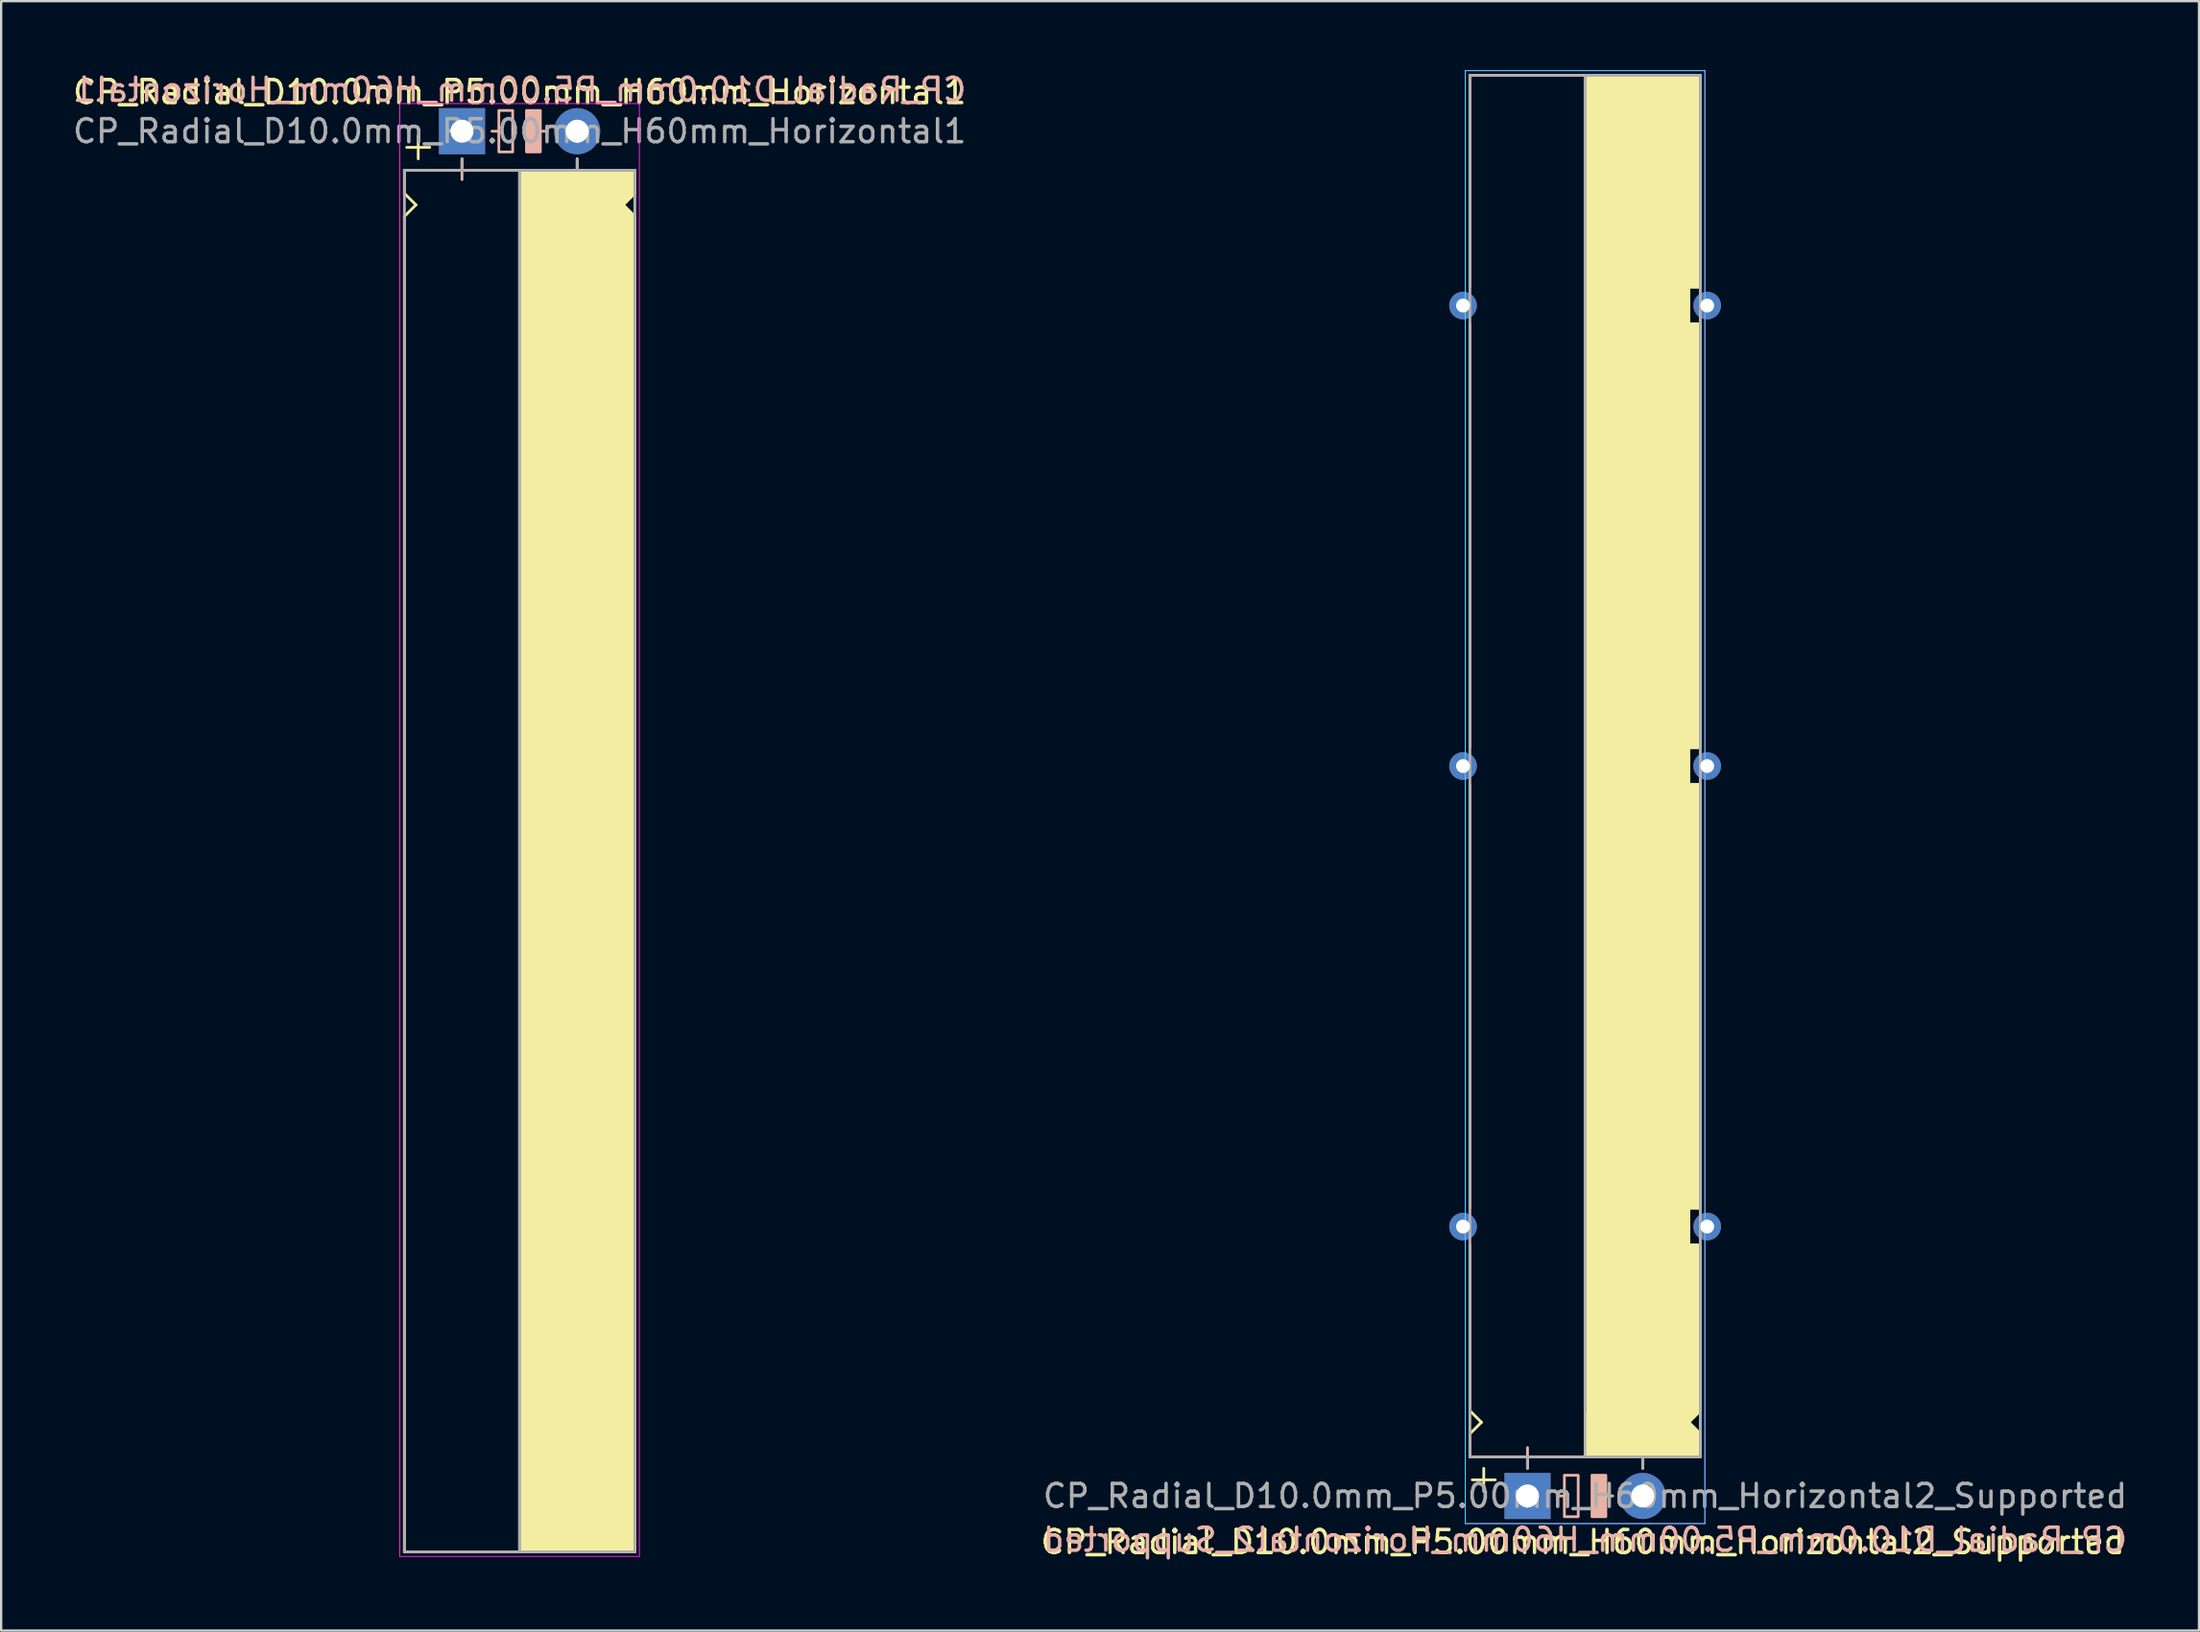
<source format=kicad_pcb>
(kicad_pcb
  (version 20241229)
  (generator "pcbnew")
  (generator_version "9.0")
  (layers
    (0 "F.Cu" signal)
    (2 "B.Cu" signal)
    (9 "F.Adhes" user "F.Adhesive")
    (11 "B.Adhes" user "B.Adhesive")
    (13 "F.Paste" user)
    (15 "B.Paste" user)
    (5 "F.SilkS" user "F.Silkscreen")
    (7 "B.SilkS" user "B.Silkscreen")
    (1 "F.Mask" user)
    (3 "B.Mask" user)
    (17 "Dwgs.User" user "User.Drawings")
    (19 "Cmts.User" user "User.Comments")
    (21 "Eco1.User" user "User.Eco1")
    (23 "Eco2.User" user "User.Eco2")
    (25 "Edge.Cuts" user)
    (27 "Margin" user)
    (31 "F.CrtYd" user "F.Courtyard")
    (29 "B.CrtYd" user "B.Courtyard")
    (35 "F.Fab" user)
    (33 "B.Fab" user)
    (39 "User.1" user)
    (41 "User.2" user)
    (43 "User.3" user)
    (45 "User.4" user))
  (footprint "CP_Radial_D10.0mm_P5.00mm_H60mm_Horizontal2_Supported"
    (layer "F.Cu")
    (at 63.261 61.92)
    (property "Reference" "CP_Radial_D10.0mm_P5.00mm_H60mm_Horizontal2_Supported" (at 2.4 2 0) (layer "F.SilkS") (effects (font (size 1 1) (thickness 0.15))))
    (fp_line (start -2.5 -61.7) (end 7.5 -61.7) (stroke (width 0.12) (type solid)) (layer "F.SilkS"))
    (fp_line (start -2.5 -52.5) (end -2.5 -61.7) (stroke (width 0.12) (type solid)) (layer "F.SilkS"))
    (fp_line (start -2.5 -50.9) (end -2.5 -32.5) (stroke (width 0.12) (type solid)) (layer "F.SilkS"))
    (fp_line (start -2.5 -12.5) (end -2.5 -30.9) (stroke (width 0.12) (type solid)) (layer "F.SilkS"))
    (fp_line (start -2.5 -3.8) (end -2.5 -10.9) (stroke (width 0.12) (type solid)) (layer "F.SilkS"))
    (fp_line (start -2.5 -2.7) (end -2 -3.2) (stroke (width 0.12) (type solid)) (layer "F.SilkS"))
    (fp_line (start -2.5 -1.7) (end -2.5 -2.7) (stroke (width 0.12) (type solid)) (layer "F.SilkS"))
    (fp_line (start -2 -3.2) (end -2.5 -3.7) (stroke (width 0.12) (type solid)) (layer "F.SilkS"))
    (fp_line (start -1.9 -1.2) (end -1.9 -0.2) (stroke (width 0.12) (type solid)) (layer "F.SilkS"))
    (fp_line (start -1.4 -0.7) (end -2.4 -0.7) (stroke (width 0.12) (type solid)) (layer "F.SilkS"))
    (fp_line (start 0 -1.7) (end 0 -1.2) (stroke (width 0.12) (type solid)) (layer "F.SilkS"))
    (fp_line (start 2.5 -61.7) (end 2.5 -1.7) (stroke (width 0.12) (type solid)) (layer "F.SilkS"))
    (fp_line (start 2.5 -1.7) (end -2.5 -1.7) (stroke (width 0.12) (type solid)) (layer "F.SilkS"))
    (fp_line (start 5 -1.7) (end 5 -1.2) (stroke (width 0.12) (type solid)) (layer "F.SilkS"))
    (fp_line (start 7 -52.5) (end 7.5 -52.5) (stroke (width 0.12) (type solid)) (layer "F.SilkS"))
    (fp_line (start 7 -50.9) (end 7 -52.5) (stroke (width 0.12) (type solid)) (layer "F.SilkS"))
    (fp_line (start 7 -32.5) (end 7.5 -32.5) (stroke (width 0.12) (type solid)) (layer "F.SilkS"))
    (fp_line (start 7 -30.9) (end 7 -32.5) (stroke (width 0.12) (type solid)) (layer "F.SilkS"))
    (fp_line (start 7 -12.5) (end 7.5 -12.5) (stroke (width 0.12) (type solid)) (layer "F.SilkS"))
    (fp_line (start 7 -10.9) (end 7 -12.5) (stroke (width 0.12) (type solid)) (layer "F.SilkS"))
    (fp_line (start 7 -3.2) (end 7.5 -3.7) (stroke (width 0.12) (type solid)) (layer "F.SilkS"))
    (fp_line (start 7.5 -52.5) (end 7.5 -61.7) (stroke (width 0.12) (type solid)) (layer "F.SilkS"))
    (fp_line (start 7.5 -50.9) (end 7 -50.9) (stroke (width 0.12) (type solid)) (layer "F.SilkS"))
    (fp_line (start 7.5 -50.9) (end 7.5 -32.5) (stroke (width 0.12) (type solid)) (layer "F.SilkS"))
    (fp_line (start 7.5 -30.9) (end 7 -30.9) (stroke (width 0.12) (type solid)) (layer "F.SilkS"))
    (fp_line (start 7.5 -12.5) (end 7.5 -30.9) (stroke (width 0.12) (type solid)) (layer "F.SilkS"))
    (fp_line (start 7.5 -10.9) (end 7 -10.9) (stroke (width 0.12) (type solid)) (layer "F.SilkS"))
    (fp_line (start 7.5 -3.7) (end 7.5 -10.9) (stroke (width 0.12) (type solid)) (layer "F.SilkS"))
    (fp_line (start 7.5 -2.7) (end 7 -3.2) (stroke (width 0.12) (type solid)) (layer "F.SilkS"))
    (fp_line (start 7.5 -1.7) (end 2.5 -1.7) (stroke (width 0.12) (type solid)) (layer "F.SilkS"))
    (fp_line (start 7.5 -1.7) (end 7.5 -2.7) (stroke (width 0.12) (type solid)) (layer "F.SilkS"))
    (fp_poly (pts (xy 7.5 -2.7) (xy 7 -3.2) (xy 7.5 -3.7) (xy 7.5 -10.9) (xy 7 -10.9) (xy 7 -12.5) (xy 7.5 -12.5) (xy 7.5 -30.9) (xy 7 -30.9) (xy 7 -32.5) (xy 7.5 -32.5) (xy 7.5 -50.9) (xy 7 -50.9) (xy 7 -52.5) (xy 7.5 -52.5) (xy 7.5 -61.7) (xy 2.5 -61.7) (xy 2.5 -1.7) (xy 7.5 -1.7)) (stroke (width 0.1) (type solid)) (fill yes) (layer "F.SilkS"))
    (fp_line (start 0 -2.1) (end 0 -1.3) (stroke (width 0.12) (type solid)) (layer "B.SilkS"))
    (fp_line (start 0.4 -1.7) (end -0.4 -1.7) (stroke (width 0.12) (type solid)) (layer "B.SilkS"))
    (fp_line (start 1.6 0) (end 1.3 0) (stroke (width 0.12) (type solid)) (layer "B.SilkS"))
    (fp_line (start 3.7 0) (end 3.4 0) (stroke (width 0.12) (type solid)) (layer "B.SilkS"))
    (fp_rect (start 2.2 -0.9) (end 1.6 0.9) (stroke (width 0.12) (type solid)) (fill no) (layer "B.SilkS"))
    (fp_rect (start 3.4 -0.9) (end 2.8 0.9) (stroke (width 0.12) (type solid)) (fill yes) (layer "B.SilkS"))
    (fp_line (start -2.7 -61.9) (end -2.7 1.2) (stroke (width 0.04) (type solid)) (layer "B.CrtYd"))
    (fp_line (start -2.7 1.2) (end 5.3 1.2) (stroke (width 0.04) (type solid)) (layer "B.CrtYd"))
    (fp_line (start 5.3 1.2) (end 7.7 1.2) (stroke (width 0.04) (type solid)) (layer "B.CrtYd"))
    (fp_line (start 7.7 -61.9) (end -2.7 -61.9) (stroke (width 0.04) (type solid)) (layer "B.CrtYd"))
    (fp_line (start 7.7 1.2) (end 7.7 -61.9) (stroke (width 0.04) (type solid)) (layer "B.CrtYd"))
    (fp_line (start -2.7 -61.9) (end -2.7 1.2) (stroke (width 0.04) (type solid)) (layer "F.CrtYd"))
    (fp_line (start -2.7 1.2) (end 5.3 1.2) (stroke (width 0.04) (type solid)) (layer "F.CrtYd"))
    (fp_line (start 5.3 1.2) (end 7.7 1.2) (stroke (width 0.04) (type solid)) (layer "F.CrtYd"))
    (fp_line (start 7.7 -61.9) (end -2.7 -61.9) (stroke (width 0.04) (type solid)) (layer "F.CrtYd"))
    (fp_line (start 7.7 1.2) (end 7.7 -61.9) (stroke (width 0.04) (type solid)) (layer "F.CrtYd"))
    (fp_line (start -2.5 -61.7) (end 7.5 -61.7) (stroke (width 0.12) (type solid)) (layer "F.Fab"))
    (fp_line (start -2.5 -1.7) (end -2.5 -61.7) (stroke (width 0.12) (type solid)) (layer "F.Fab"))
    (fp_line (start 0 -1.7) (end 0 -1.2) (stroke (width 0.12) (type solid)) (layer "F.Fab"))
    (fp_line (start 2.5 -3.7) (end 2.5 -61.7) (stroke (width 0.12) (type solid)) (layer "F.Fab"))
    (fp_line (start 5 -1.7) (end 5 -1.2) (stroke (width 0.12) (type solid)) (layer "F.Fab"))
    (fp_line (start 7.5 -61.7) (end 7.5 -1.7) (stroke (width 0.12) (type solid)) (layer "F.Fab"))
    (fp_line (start 7.5 -1.7) (end -2.5 -1.7) (stroke (width 0.12) (type solid)) (layer "F.Fab"))
    (fp_poly (pts (xy 7.5 -61.7) (xy 2.5 -61.7) (xy 2.5 -1.7) (xy 7.5 -1.7)) (stroke (width 0.1) (type solid)) (fill no) (layer "F.Fab"))
    (fp_text user "${REFERENCE}" (at 2.5 1.9 0) (layer "B.SilkS") (effects (font (size 1 1) (thickness 0.15)) (justify mirror)))
    (fp_text user "${REFERENCE}" (at 2.5 0 0) (layer "F.Fab") (effects (font (size 1 1) (thickness 0.15))))
    (pad "1" thru_hole rect (at 0 0) (size 2 2) (drill 1) (layers "*.Cu" "*.Mask"))
    (pad "2" thru_hole circle (at 5 0) (size 2 2) (drill 1) (layers "*.Cu" "*.Mask"))
    (pad "~" thru_hole circle (at -2.8 -51.7 180) (size 1.2 1.2) (drill 0.6) (layers "*.Cu" "*.Mask"))
    (pad "~" thru_hole circle (at -2.8 -31.7) (size 1.2 1.2) (drill 0.6) (layers "*.Cu" "*.Mask"))
    (pad "~" thru_hole circle (at -2.8 -11.7) (size 1.2 1.2) (drill 0.6) (layers "*.Cu" "*.Mask"))
    (pad "~" thru_hole circle (at 7.8 -51.7 180) (size 1.2 1.2) (drill 0.6) (layers "*.Cu" "*.Mask"))
    (pad "~" thru_hole circle (at 7.8 -31.7 180) (size 1.2 1.2) (drill 0.6) (layers "*.Cu" "*.Mask"))
    (pad "~" thru_hole circle (at 7.8 -11.7 180) (size 1.2 1.2) (drill 0.6) (layers "*.Cu" "*.Mask")))
  (footprint "CP_Radial_D10.0mm_P5.00mm_H60mm_Horizontal1"
    (layer "F.Cu")
    (at 17.006 2.648)
    (property "Reference" "CP_Radial_D10.0mm_P5.00mm_H60mm_Horizontal1" (at 2.5 -1.7 0) (layer "F.SilkS") (effects (font (size 1 1) (thickness 0.15))))
    (fp_line (start -2.5 1.7) (end -2.5 2.7) (stroke (width 0.12) (type solid)) (layer "F.SilkS"))
    (fp_line (start -2.5 2.7) (end -2 3.2) (stroke (width 0.12) (type solid)) (layer "F.SilkS"))
    (fp_line (start -2.5 3.7) (end -2.5 11.7) (stroke (width 0.12) (type solid)) (layer "F.SilkS"))
    (fp_line (start -2.5 11.7) (end -2.5 61.7) (stroke (width 0.12) (type solid)) (layer "F.SilkS"))
    (fp_line (start -2.5 61.7) (end 7.5 61.7) (stroke (width 0.12) (type solid)) (layer "F.SilkS"))
    (fp_line (start -2 3.2) (end -2.5 3.7) (stroke (width 0.12) (type solid)) (layer "F.SilkS"))
    (fp_line (start -1.9 0.2) (end -1.9 1.2) (stroke (width 0.12) (type solid)) (layer "F.SilkS"))
    (fp_line (start -1.4 0.7) (end -2.4 0.7) (stroke (width 0.12) (type solid)) (layer "F.SilkS"))
    (fp_line (start 0 1.7) (end 0 1.2) (stroke (width 0.12) (type solid)) (layer "F.SilkS"))
    (fp_line (start 2.5 1.7) (end -2.5 1.7) (stroke (width 0.12) (type solid)) (layer "F.SilkS"))
    (fp_line (start 2.5 61.7) (end 2.5 1.7) (stroke (width 0.12) (type solid)) (layer "F.SilkS"))
    (fp_line (start 5 1.7) (end 5 1.2) (stroke (width 0.12) (type solid)) (layer "F.SilkS"))
    (fp_line (start 7 3.2) (end 7.5 3.7) (stroke (width 0.12) (type solid)) (layer "F.SilkS"))
    (fp_line (start 7.5 1.7) (end 2.5 1.7) (stroke (width 0.12) (type solid)) (layer "F.SilkS"))
    (fp_line (start 7.5 1.7) (end 7.5 2.7) (stroke (width 0.12) (type solid)) (layer "F.SilkS"))
    (fp_line (start 7.5 2.7) (end 7 3.2) (stroke (width 0.12) (type solid)) (layer "F.SilkS"))
    (fp_line (start 7.5 3.7) (end 7.5 11.7) (stroke (width 0.12) (type solid)) (layer "F.SilkS"))
    (fp_line (start 7.5 11.7) (end 7.5 61.7) (stroke (width 0.12) (type solid)) (layer "F.SilkS"))
    (fp_poly (pts (xy 7.5 2.7) (xy 7 3.2) (xy 7.5 3.7) (xy 7.5 61.7) (xy 2.5 61.7) (xy 2.5 1.7) (xy 7.5 1.7)) (stroke (width 0.1) (type solid)) (fill yes) (layer "F.SilkS"))
    (fp_line (start 0 1.3) (end 0 2.1) (stroke (width 0.12) (type solid)) (layer "B.SilkS"))
    (fp_line (start 0.4 1.7) (end -0.4 1.7) (stroke (width 0.12) (type solid)) (layer "B.SilkS"))
    (fp_line (start 1.6 0) (end 1.3 0) (stroke (width 0.12) (type solid)) (layer "B.SilkS"))
    (fp_line (start 3.7 0) (end 3.4 0) (stroke (width 0.12) (type solid)) (layer "B.SilkS"))
    (fp_rect (start 2.2 -0.9) (end 1.6 0.9) (stroke (width 0.12) (type solid)) (fill no) (layer "B.SilkS"))
    (fp_rect (start 3.4 -0.9) (end 2.8 0.9) (stroke (width 0.12) (type solid)) (fill yes) (layer "B.SilkS"))
    (fp_line (start -2.7 -1.2) (end 5.3 -1.2) (stroke (width 0.04) (type solid)) (layer "F.CrtYd"))
    (fp_line (start -2.7 61.9) (end -2.7 -1.2) (stroke (width 0.04) (type solid)) (layer "F.CrtYd"))
    (fp_line (start 5.3 -1.2) (end 7.7 -1.2) (stroke (width 0.04) (type solid)) (layer "F.CrtYd"))
    (fp_line (start 7.7 -1.2) (end 7.7 61.9) (stroke (width 0.04) (type solid)) (layer "F.CrtYd"))
    (fp_line (start 7.7 61.9) (end -2.7 61.9) (stroke (width 0.04) (type solid)) (layer "F.CrtYd"))
    (fp_line (start -2.5 1.7) (end -2.5 61.7) (stroke (width 0.12) (type solid)) (layer "F.Fab"))
    (fp_line (start -2.5 61.7) (end 7.5 61.7) (stroke (width 0.12) (type solid)) (layer "F.Fab"))
    (fp_line (start 0 1.7) (end 0 1.2) (stroke (width 0.12) (type solid)) (layer "F.Fab"))
    (fp_line (start 2.5 1.7) (end 2.5 61.7) (stroke (width 0.12) (type solid)) (layer "F.Fab"))
    (fp_line (start 5 1.7) (end 5 1.2) (stroke (width 0.12) (type solid)) (layer "F.Fab"))
    (fp_line (start 7.5 1.7) (end -2.5 1.7) (stroke (width 0.12) (type solid)) (layer "F.Fab"))
    (fp_line (start 7.5 61.7) (end 7.5 1.7) (stroke (width 0.12) (type solid)) (layer "F.Fab"))
    (fp_poly (pts (xy 7.5 61.7) (xy 2.5 61.7) (xy 2.5 1.7) (xy 7.5 1.7)) (stroke (width 0.1) (type solid)) (fill no) (layer "F.Fab"))
    (fp_text user "${REFERENCE}" (at 2.5 -1.8 0) (layer "B.SilkS") (effects (font (size 1 1) (thickness 0.15)) (justify mirror)))
    (fp_text user "${REFERENCE}" (at 2.5 0 0) (layer "F.Fab") (effects (font (size 1 1) (thickness 0.15))))
    (pad "1" thru_hole rect (at 0 0) (size 2 2) (drill 1) (layers "*.Cu" "*.Mask"))
    (pad "2" thru_hole circle (at 5 0) (size 2 2) (drill 1) (layers "*.Cu" "*.Mask")))
  (gr_rect
    (start -3 -3)
    (end 92.41 67.768)
    (stroke (width 0.1) (type default))
    (fill no)
    (layer "Edge.Cuts")))
</source>
